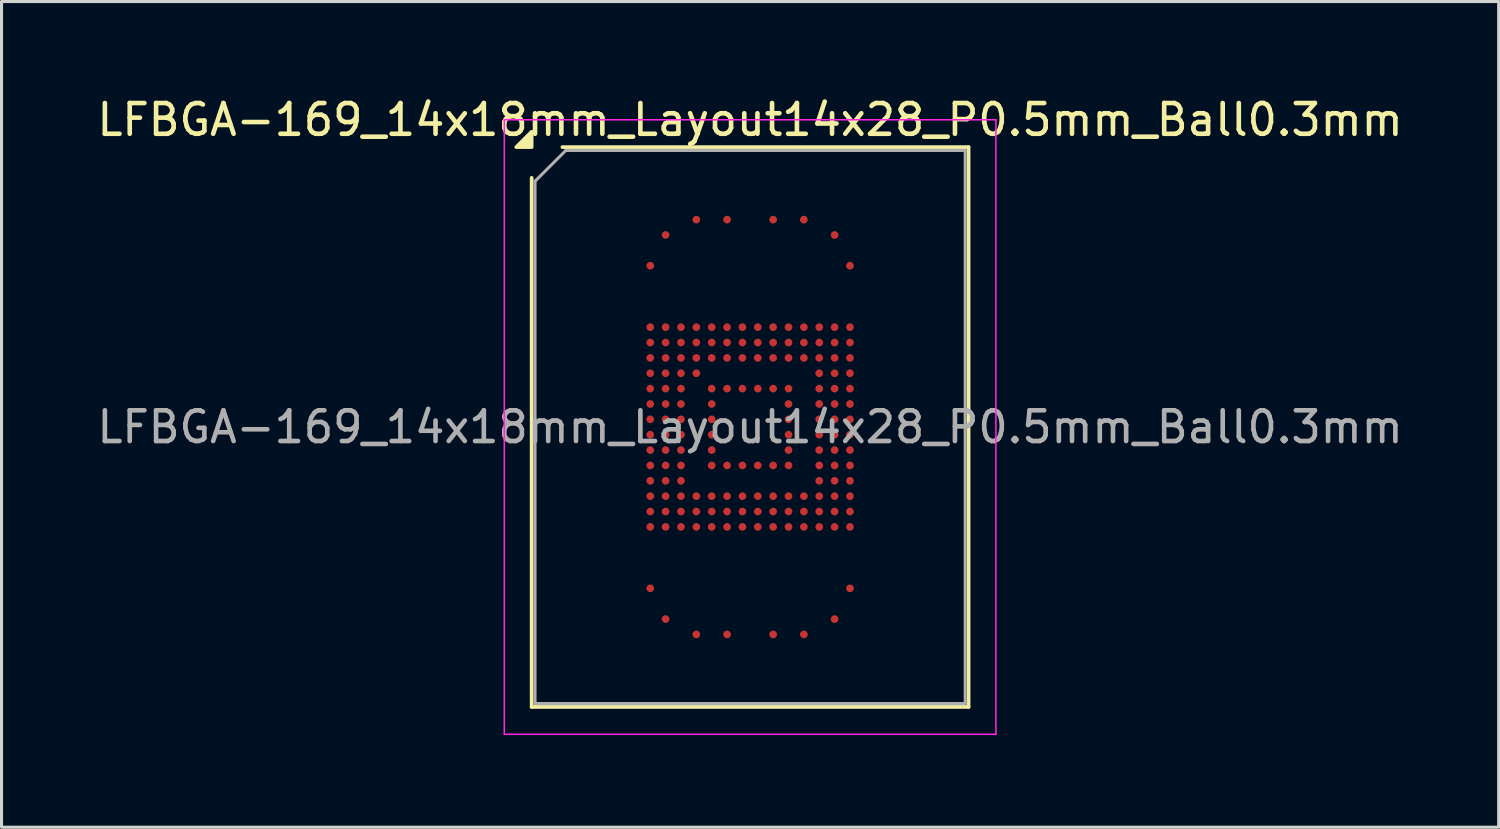
<source format=kicad_pcb>
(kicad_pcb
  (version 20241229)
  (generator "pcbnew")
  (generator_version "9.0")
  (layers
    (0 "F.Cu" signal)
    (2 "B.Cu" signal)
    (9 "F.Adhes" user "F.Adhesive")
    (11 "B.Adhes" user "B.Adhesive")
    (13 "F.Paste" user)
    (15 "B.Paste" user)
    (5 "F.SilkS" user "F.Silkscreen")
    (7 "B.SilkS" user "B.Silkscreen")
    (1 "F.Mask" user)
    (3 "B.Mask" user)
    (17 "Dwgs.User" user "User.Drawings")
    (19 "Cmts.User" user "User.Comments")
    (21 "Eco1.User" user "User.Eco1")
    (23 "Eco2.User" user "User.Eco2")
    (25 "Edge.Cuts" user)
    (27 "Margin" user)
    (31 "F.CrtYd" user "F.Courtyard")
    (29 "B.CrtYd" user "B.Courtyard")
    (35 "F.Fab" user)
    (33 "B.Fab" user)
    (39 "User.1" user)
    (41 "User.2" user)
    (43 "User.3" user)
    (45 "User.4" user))
  (footprint "LFBGA-169_14x18mm_Layout14x28_P0.5mm_Ball0.3mm"
    (layer "F.Cu")
    (at 21.363 10.848)
    (property "Reference" "LFBGA-169_14x18mm_Layout14x28_P0.5mm_Ball0.3mm" (at 0 -10 0) (layer "F.SilkS") (effects (font (size 1 1) (thickness 0.15))))
    (attr smd)
    (fp_line (start -7.11 9.11) (end -7.11 -8.11) (stroke (width 0.12) (type solid)) (layer "F.SilkS"))
    (fp_line (start -6.11 -9.11) (end 7.11 -9.11) (stroke (width 0.12) (type solid)) (layer "F.SilkS"))
    (fp_line (start 7.11 -9.11) (end 7.11 9.11) (stroke (width 0.12) (type solid)) (layer "F.SilkS"))
    (fp_line (start 7.11 9.11) (end -7.11 9.11) (stroke (width 0.12) (type solid)) (layer "F.SilkS"))
    (fp_poly (pts (xy -7.11 -9.11) (xy -7.61 -9.11) (xy -7.11 -9.61) (xy -7.11 -9.11)) (stroke (width 0.12) (type solid)) (fill yes) (layer "F.SilkS"))
    (fp_line (start -8 -10) (end -8 10) (stroke (width 0.05) (type solid)) (layer "F.CrtYd"))
    (fp_line (start -8 10) (end 8 10) (stroke (width 0.05) (type solid)) (layer "F.CrtYd"))
    (fp_line (start 8 -10) (end -8 -10) (stroke (width 0.05) (type solid)) (layer "F.CrtYd"))
    (fp_line (start 8 10) (end 8 -10) (stroke (width 0.05) (type solid)) (layer "F.CrtYd"))
    (fp_line (start -7 -8) (end -6 -9) (stroke (width 0.1) (type solid)) (layer "F.Fab"))
    (fp_line (start -7 9) (end -7 -8) (stroke (width 0.1) (type solid)) (layer "F.Fab"))
    (fp_line (start -6 -9) (end 7 -9) (stroke (width 0.1) (type solid)) (layer "F.Fab"))
    (fp_line (start 7 -9) (end 7 9) (stroke (width 0.1) (type solid)) (layer "F.Fab"))
    (fp_line (start 7 9) (end -7 9) (stroke (width 0.1) (type solid)) (layer "F.Fab"))
    (fp_text user "${REFERENCE}" (at 0 0 0) (layer "F.Fab") (effects (font (size 1 1) (thickness 0.15))))
    (pad "A4" smd circle (at -1.75 -6.75) (size 0.25 0.25) (property pad_prop_bga) (layers "F.Cu" "F.Mask" "F.Paste"))
    (pad "A6" smd circle (at -0.75 -6.75) (size 0.25 0.25) (property pad_prop_bga) (layers "F.Cu" "F.Mask" "F.Paste"))
    (pad "A9" smd circle (at 0.75 -6.75) (size 0.25 0.25) (property pad_prop_bga) (layers "F.Cu" "F.Mask" "F.Paste"))
    (pad "A11" smd circle (at 1.75 -6.75) (size 0.25 0.25) (property pad_prop_bga) (layers "F.Cu" "F.Mask" "F.Paste"))
    (pad "AA1" smd circle (at -3.25 3.25) (size 0.25 0.25) (property pad_prop_bga) (layers "F.Cu" "F.Mask" "F.Paste"))
    (pad "AA2" smd circle (at -2.75 3.25) (size 0.25 0.25) (property pad_prop_bga) (layers "F.Cu" "F.Mask" "F.Paste"))
    (pad "AA3" smd circle (at -2.25 3.25) (size 0.25 0.25) (property pad_prop_bga) (layers "F.Cu" "F.Mask" "F.Paste"))
    (pad "AA4" smd circle (at -1.75 3.25) (size 0.25 0.25) (property pad_prop_bga) (layers "F.Cu" "F.Mask" "F.Paste"))
    (pad "AA5" smd circle (at -1.25 3.25) (size 0.25 0.25) (property pad_prop_bga) (layers "F.Cu" "F.Mask" "F.Paste"))
    (pad "AA6" smd circle (at -0.75 3.25) (size 0.25 0.25) (property pad_prop_bga) (layers "F.Cu" "F.Mask" "F.Paste"))
    (pad "AA7" smd circle (at -0.25 3.25) (size 0.25 0.25) (property pad_prop_bga) (layers "F.Cu" "F.Mask" "F.Paste"))
    (pad "AA8" smd circle (at 0.25 3.25) (size 0.25 0.25) (property pad_prop_bga) (layers "F.Cu" "F.Mask" "F.Paste"))
    (pad "AA9" smd circle (at 0.75 3.25) (size 0.25 0.25) (property pad_prop_bga) (layers "F.Cu" "F.Mask" "F.Paste"))
    (pad "AA10" smd circle (at 1.25 3.25) (size 0.25 0.25) (property pad_prop_bga) (layers "F.Cu" "F.Mask" "F.Paste"))
    (pad "AA11" smd circle (at 1.75 3.25) (size 0.25 0.25) (property pad_prop_bga) (layers "F.Cu" "F.Mask" "F.Paste"))
    (pad "AA12" smd circle (at 2.25 3.25) (size 0.25 0.25) (property pad_prop_bga) (layers "F.Cu" "F.Mask" "F.Paste"))
    (pad "AA13" smd circle (at 2.75 3.25) (size 0.25 0.25) (property pad_prop_bga) (layers "F.Cu" "F.Mask" "F.Paste"))
    (pad "AA14" smd circle (at 3.25 3.25) (size 0.25 0.25) (property pad_prop_bga) (layers "F.Cu" "F.Mask" "F.Paste"))
    (pad "AE1" smd circle (at -3.25 5.25) (size 0.25 0.25) (property pad_prop_bga) (layers "F.Cu" "F.Mask" "F.Paste"))
    (pad "AE14" smd circle (at 3.25 5.25) (size 0.25 0.25) (property pad_prop_bga) (layers "F.Cu" "F.Mask" "F.Paste"))
    (pad "AG2" smd circle (at -2.75 6.25) (size 0.25 0.25) (property pad_prop_bga) (layers "F.Cu" "F.Mask" "F.Paste"))
    (pad "AG13" smd circle (at 2.75 6.25) (size 0.25 0.25) (property pad_prop_bga) (layers "F.Cu" "F.Mask" "F.Paste"))
    (pad "AH4" smd circle (at -1.75 6.75) (size 0.25 0.25) (property pad_prop_bga) (layers "F.Cu" "F.Mask" "F.Paste"))
    (pad "AH6" smd circle (at -0.75 6.75) (size 0.25 0.25) (property pad_prop_bga) (layers "F.Cu" "F.Mask" "F.Paste"))
    (pad "AH9" smd circle (at 0.75 6.75) (size 0.25 0.25) (property pad_prop_bga) (layers "F.Cu" "F.Mask" "F.Paste"))
    (pad "AH11" smd circle (at 1.75 6.75) (size 0.25 0.25) (property pad_prop_bga) (layers "F.Cu" "F.Mask" "F.Paste"))
    (pad "B2" smd circle (at -2.75 -6.25) (size 0.25 0.25) (property pad_prop_bga) (layers "F.Cu" "F.Mask" "F.Paste"))
    (pad "B13" smd circle (at 2.75 -6.25) (size 0.25 0.25) (property pad_prop_bga) (layers "F.Cu" "F.Mask" "F.Paste"))
    (pad "D1" smd circle (at -3.25 -5.25) (size 0.25 0.25) (property pad_prop_bga) (layers "F.Cu" "F.Mask" "F.Paste"))
    (pad "D14" smd circle (at 3.25 -5.25) (size 0.25 0.25) (property pad_prop_bga) (layers "F.Cu" "F.Mask" "F.Paste"))
    (pad "H1" smd circle (at -3.25 -3.25) (size 0.25 0.25) (property pad_prop_bga) (layers "F.Cu" "F.Mask" "F.Paste"))
    (pad "H2" smd circle (at -2.75 -3.25) (size 0.25 0.25) (property pad_prop_bga) (layers "F.Cu" "F.Mask" "F.Paste"))
    (pad "H3" smd circle (at -2.25 -3.25) (size 0.25 0.25) (property pad_prop_bga) (layers "F.Cu" "F.Mask" "F.Paste"))
    (pad "H4" smd circle (at -1.75 -3.25) (size 0.25 0.25) (property pad_prop_bga) (layers "F.Cu" "F.Mask" "F.Paste"))
    (pad "H5" smd circle (at -1.25 -3.25) (size 0.25 0.25) (property pad_prop_bga) (layers "F.Cu" "F.Mask" "F.Paste"))
    (pad "H6" smd circle (at -0.75 -3.25) (size 0.25 0.25) (property pad_prop_bga) (layers "F.Cu" "F.Mask" "F.Paste"))
    (pad "H7" smd circle (at -0.25 -3.25) (size 0.25 0.25) (property pad_prop_bga) (layers "F.Cu" "F.Mask" "F.Paste"))
    (pad "H8" smd circle (at 0.25 -3.25) (size 0.25 0.25) (property pad_prop_bga) (layers "F.Cu" "F.Mask" "F.Paste"))
    (pad "H9" smd circle (at 0.75 -3.25) (size 0.25 0.25) (property pad_prop_bga) (layers "F.Cu" "F.Mask" "F.Paste"))
    (pad "H10" smd circle (at 1.25 -3.25) (size 0.25 0.25) (property pad_prop_bga) (layers "F.Cu" "F.Mask" "F.Paste"))
    (pad "H11" smd circle (at 1.75 -3.25) (size 0.25 0.25) (property pad_prop_bga) (layers "F.Cu" "F.Mask" "F.Paste"))
    (pad "H12" smd circle (at 2.25 -3.25) (size 0.25 0.25) (property pad_prop_bga) (layers "F.Cu" "F.Mask" "F.Paste"))
    (pad "H13" smd circle (at 2.75 -3.25) (size 0.25 0.25) (property pad_prop_bga) (layers "F.Cu" "F.Mask" "F.Paste"))
    (pad "H14" smd circle (at 3.25 -3.25) (size 0.25 0.25) (property pad_prop_bga) (layers "F.Cu" "F.Mask" "F.Paste"))
    (pad "J1" smd circle (at -3.25 -2.75) (size 0.25 0.25) (property pad_prop_bga) (layers "F.Cu" "F.Mask" "F.Paste"))
    (pad "J2" smd circle (at -2.75 -2.75) (size 0.25 0.25) (property pad_prop_bga) (layers "F.Cu" "F.Mask" "F.Paste"))
    (pad "J3" smd circle (at -2.25 -2.75) (size 0.25 0.25) (property pad_prop_bga) (layers "F.Cu" "F.Mask" "F.Paste"))
    (pad "J4" smd circle (at -1.75 -2.75) (size 0.25 0.25) (property pad_prop_bga) (layers "F.Cu" "F.Mask" "F.Paste"))
    (pad "J5" smd circle (at -1.25 -2.75) (size 0.25 0.25) (property pad_prop_bga) (layers "F.Cu" "F.Mask" "F.Paste"))
    (pad "J6" smd circle (at -0.75 -2.75) (size 0.25 0.25) (property pad_prop_bga) (layers "F.Cu" "F.Mask" "F.Paste"))
    (pad "J7" smd circle (at -0.25 -2.75) (size 0.25 0.25) (property pad_prop_bga) (layers "F.Cu" "F.Mask" "F.Paste"))
    (pad "J8" smd circle (at 0.25 -2.75) (size 0.25 0.25) (property pad_prop_bga) (layers "F.Cu" "F.Mask" "F.Paste"))
    (pad "J9" smd circle (at 0.75 -2.75) (size 0.25 0.25) (property pad_prop_bga) (layers "F.Cu" "F.Mask" "F.Paste"))
    (pad "J10" smd circle (at 1.25 -2.75) (size 0.25 0.25) (property pad_prop_bga) (layers "F.Cu" "F.Mask" "F.Paste"))
    (pad "J11" smd circle (at 1.75 -2.75) (size 0.25 0.25) (property pad_prop_bga) (layers "F.Cu" "F.Mask" "F.Paste"))
    (pad "J12" smd circle (at 2.25 -2.75) (size 0.25 0.25) (property pad_prop_bga) (layers "F.Cu" "F.Mask" "F.Paste"))
    (pad "J13" smd circle (at 2.75 -2.75) (size 0.25 0.25) (property pad_prop_bga) (layers "F.Cu" "F.Mask" "F.Paste"))
    (pad "J14" smd circle (at 3.25 -2.75) (size 0.25 0.25) (property pad_prop_bga) (layers "F.Cu" "F.Mask" "F.Paste"))
    (pad "K1" smd circle (at -3.25 -2.25) (size 0.25 0.25) (property pad_prop_bga) (layers "F.Cu" "F.Mask" "F.Paste"))
    (pad "K2" smd circle (at -2.75 -2.25) (size 0.25 0.25) (property pad_prop_bga) (layers "F.Cu" "F.Mask" "F.Paste"))
    (pad "K3" smd circle (at -2.25 -2.25) (size 0.25 0.25) (property pad_prop_bga) (layers "F.Cu" "F.Mask" "F.Paste"))
    (pad "K4" smd circle (at -1.75 -2.25) (size 0.25 0.25) (property pad_prop_bga) (layers "F.Cu" "F.Mask" "F.Paste"))
    (pad "K5" smd circle (at -1.25 -2.25) (size 0.25 0.25) (property pad_prop_bga) (layers "F.Cu" "F.Mask" "F.Paste"))
    (pad "K6" smd circle (at -0.75 -2.25) (size 0.25 0.25) (property pad_prop_bga) (layers "F.Cu" "F.Mask" "F.Paste"))
    (pad "K7" smd circle (at -0.25 -2.25) (size 0.25 0.25) (property pad_prop_bga) (layers "F.Cu" "F.Mask" "F.Paste"))
    (pad "K8" smd circle (at 0.25 -2.25) (size 0.25 0.25) (property pad_prop_bga) (layers "F.Cu" "F.Mask" "F.Paste"))
    (pad "K9" smd circle (at 0.75 -2.25) (size 0.25 0.25) (property pad_prop_bga) (layers "F.Cu" "F.Mask" "F.Paste"))
    (pad "K10" smd circle (at 1.25 -2.25) (size 0.25 0.25) (property pad_prop_bga) (layers "F.Cu" "F.Mask" "F.Paste"))
    (pad "K11" smd circle (at 1.75 -2.25) (size 0.25 0.25) (property pad_prop_bga) (layers "F.Cu" "F.Mask" "F.Paste"))
    (pad "K12" smd circle (at 2.25 -2.25) (size 0.25 0.25) (property pad_prop_bga) (layers "F.Cu" "F.Mask" "F.Paste"))
    (pad "K13" smd circle (at 2.75 -2.25) (size 0.25 0.25) (property pad_prop_bga) (layers "F.Cu" "F.Mask" "F.Paste"))
    (pad "K14" smd circle (at 3.25 -2.25) (size 0.25 0.25) (property pad_prop_bga) (layers "F.Cu" "F.Mask" "F.Paste"))
    (pad "L1" smd circle (at -3.25 -1.75) (size 0.25 0.25) (property pad_prop_bga) (layers "F.Cu" "F.Mask" "F.Paste"))
    (pad "L2" smd circle (at -2.75 -1.75) (size 0.25 0.25) (property pad_prop_bga) (layers "F.Cu" "F.Mask" "F.Paste"))
    (pad "L3" smd circle (at -2.25 -1.75) (size 0.25 0.25) (property pad_prop_bga) (layers "F.Cu" "F.Mask" "F.Paste"))
    (pad "L4" smd circle (at -1.75 -1.75) (size 0.25 0.25) (property pad_prop_bga) (layers "F.Cu" "F.Mask" "F.Paste"))
    (pad "L12" smd circle (at 2.25 -1.75) (size 0.25 0.25) (property pad_prop_bga) (layers "F.Cu" "F.Mask" "F.Paste"))
    (pad "L13" smd circle (at 2.75 -1.75) (size 0.25 0.25) (property pad_prop_bga) (layers "F.Cu" "F.Mask" "F.Paste"))
    (pad "L14" smd circle (at 3.25 -1.75) (size 0.25 0.25) (property pad_prop_bga) (layers "F.Cu" "F.Mask" "F.Paste"))
    (pad "M1" smd circle (at -3.25 -1.25) (size 0.25 0.25) (property pad_prop_bga) (layers "F.Cu" "F.Mask" "F.Paste"))
    (pad "M2" smd circle (at -2.75 -1.25) (size 0.25 0.25) (property pad_prop_bga) (layers "F.Cu" "F.Mask" "F.Paste"))
    (pad "M3" smd circle (at -2.25 -1.25) (size 0.25 0.25) (property pad_prop_bga) (layers "F.Cu" "F.Mask" "F.Paste"))
    (pad "M5" smd circle (at -1.25 -1.25) (size 0.25 0.25) (property pad_prop_bga) (layers "F.Cu" "F.Mask" "F.Paste"))
    (pad "M6" smd circle (at -0.75 -1.25) (size 0.25 0.25) (property pad_prop_bga) (layers "F.Cu" "F.Mask" "F.Paste"))
    (pad "M7" smd circle (at -0.25 -1.25) (size 0.25 0.25) (property pad_prop_bga) (layers "F.Cu" "F.Mask" "F.Paste"))
    (pad "M8" smd circle (at 0.25 -1.25) (size 0.25 0.25) (property pad_prop_bga) (layers "F.Cu" "F.Mask" "F.Paste"))
    (pad "M9" smd circle (at 0.75 -1.25) (size 0.25 0.25) (property pad_prop_bga) (layers "F.Cu" "F.Mask" "F.Paste"))
    (pad "M10" smd circle (at 1.25 -1.25) (size 0.25 0.25) (property pad_prop_bga) (layers "F.Cu" "F.Mask" "F.Paste"))
    (pad "M12" smd circle (at 2.25 -1.25) (size 0.25 0.25) (property pad_prop_bga) (layers "F.Cu" "F.Mask" "F.Paste"))
    (pad "M13" smd circle (at 2.75 -1.25) (size 0.25 0.25) (property pad_prop_bga) (layers "F.Cu" "F.Mask" "F.Paste"))
    (pad "M14" smd circle (at 3.25 -1.25) (size 0.25 0.25) (property pad_prop_bga) (layers "F.Cu" "F.Mask" "F.Paste"))
    (pad "N1" smd circle (at -3.25 -0.75) (size 0.25 0.25) (property pad_prop_bga) (layers "F.Cu" "F.Mask" "F.Paste"))
    (pad "N2" smd circle (at -2.75 -0.75) (size 0.25 0.25) (property pad_prop_bga) (layers "F.Cu" "F.Mask" "F.Paste"))
    (pad "N3" smd circle (at -2.25 -0.75) (size 0.25 0.25) (property pad_prop_bga) (layers "F.Cu" "F.Mask" "F.Paste"))
    (pad "N5" smd circle (at -1.25 -0.75) (size 0.25 0.25) (property pad_prop_bga) (layers "F.Cu" "F.Mask" "F.Paste"))
    (pad "N10" smd circle (at 1.25 -0.75) (size 0.25 0.25) (property pad_prop_bga) (layers "F.Cu" "F.Mask" "F.Paste"))
    (pad "N12" smd circle (at 2.25 -0.75) (size 0.25 0.25) (property pad_prop_bga) (layers "F.Cu" "F.Mask" "F.Paste"))
    (pad "N13" smd circle (at 2.75 -0.75) (size 0.25 0.25) (property pad_prop_bga) (layers "F.Cu" "F.Mask" "F.Paste"))
    (pad "N14" smd circle (at 3.25 -0.75) (size 0.25 0.25) (property pad_prop_bga) (layers "F.Cu" "F.Mask" "F.Paste"))
    (pad "P1" smd circle (at -3.25 -0.25) (size 0.25 0.25) (property pad_prop_bga) (layers "F.Cu" "F.Mask" "F.Paste"))
    (pad "P2" smd circle (at -2.75 -0.25) (size 0.25 0.25) (property pad_prop_bga) (layers "F.Cu" "F.Mask" "F.Paste"))
    (pad "P3" smd circle (at -2.25 -0.25) (size 0.25 0.25) (property pad_prop_bga) (layers "F.Cu" "F.Mask" "F.Paste"))
    (pad "P5" smd circle (at -1.25 -0.25) (size 0.25 0.25) (property pad_prop_bga) (layers "F.Cu" "F.Mask" "F.Paste"))
    (pad "P10" smd circle (at 1.25 -0.25) (size 0.25 0.25) (property pad_prop_bga) (layers "F.Cu" "F.Mask" "F.Paste"))
    (pad "P12" smd circle (at 2.25 -0.25) (size 0.25 0.25) (property pad_prop_bga) (layers "F.Cu" "F.Mask" "F.Paste"))
    (pad "P13" smd circle (at 2.75 -0.25) (size 0.25 0.25) (property pad_prop_bga) (layers "F.Cu" "F.Mask" "F.Paste"))
    (pad "P14" smd circle (at 3.25 -0.25) (size 0.25 0.25) (property pad_prop_bga) (layers "F.Cu" "F.Mask" "F.Paste"))
    (pad "R1" smd circle (at -3.25 0.25) (size 0.25 0.25) (property pad_prop_bga) (layers "F.Cu" "F.Mask" "F.Paste"))
    (pad "R2" smd circle (at -2.75 0.25) (size 0.25 0.25) (property pad_prop_bga) (layers "F.Cu" "F.Mask" "F.Paste"))
    (pad "R3" smd circle (at -2.25 0.25) (size 0.25 0.25) (property pad_prop_bga) (layers "F.Cu" "F.Mask" "F.Paste"))
    (pad "R5" smd circle (at -1.25 0.25) (size 0.25 0.25) (property pad_prop_bga) (layers "F.Cu" "F.Mask" "F.Paste"))
    (pad "R10" smd circle (at 1.25 0.25) (size 0.25 0.25) (property pad_prop_bga) (layers "F.Cu" "F.Mask" "F.Paste"))
    (pad "R12" smd circle (at 2.25 0.25) (size 0.25 0.25) (property pad_prop_bga) (layers "F.Cu" "F.Mask" "F.Paste"))
    (pad "R13" smd circle (at 2.75 0.25) (size 0.25 0.25) (property pad_prop_bga) (layers "F.Cu" "F.Mask" "F.Paste"))
    (pad "R14" smd circle (at 3.25 0.25) (size 0.25 0.25) (property pad_prop_bga) (layers "F.Cu" "F.Mask" "F.Paste"))
    (pad "T1" smd circle (at -3.25 0.75) (size 0.25 0.25) (property pad_prop_bga) (layers "F.Cu" "F.Mask" "F.Paste"))
    (pad "T2" smd circle (at -2.75 0.75) (size 0.25 0.25) (property pad_prop_bga) (layers "F.Cu" "F.Mask" "F.Paste"))
    (pad "T3" smd circle (at -2.25 0.75) (size 0.25 0.25) (property pad_prop_bga) (layers "F.Cu" "F.Mask" "F.Paste"))
    (pad "T5" smd circle (at -1.25 0.75) (size 0.25 0.25) (property pad_prop_bga) (layers "F.Cu" "F.Mask" "F.Paste"))
    (pad "T10" smd circle (at 1.25 0.75) (size 0.25 0.25) (property pad_prop_bga) (layers "F.Cu" "F.Mask" "F.Paste"))
    (pad "T12" smd circle (at 2.25 0.75) (size 0.25 0.25) (property pad_prop_bga) (layers "F.Cu" "F.Mask" "F.Paste"))
    (pad "T13" smd circle (at 2.75 0.75) (size 0.25 0.25) (property pad_prop_bga) (layers "F.Cu" "F.Mask" "F.Paste"))
    (pad "T14" smd circle (at 3.25 0.75) (size 0.25 0.25) (property pad_prop_bga) (layers "F.Cu" "F.Mask" "F.Paste"))
    (pad "U1" smd circle (at -3.25 1.25) (size 0.25 0.25) (property pad_prop_bga) (layers "F.Cu" "F.Mask" "F.Paste"))
    (pad "U2" smd circle (at -2.75 1.25) (size 0.25 0.25) (property pad_prop_bga) (layers "F.Cu" "F.Mask" "F.Paste"))
    (pad "U3" smd circle (at -2.25 1.25) (size 0.25 0.25) (property pad_prop_bga) (layers "F.Cu" "F.Mask" "F.Paste"))
    (pad "U5" smd circle (at -1.25 1.25) (size 0.25 0.25) (property pad_prop_bga) (layers "F.Cu" "F.Mask" "F.Paste"))
    (pad "U6" smd circle (at -0.75 1.25) (size 0.25 0.25) (property pad_prop_bga) (layers "F.Cu" "F.Mask" "F.Paste"))
    (pad "U7" smd circle (at -0.25 1.25) (size 0.25 0.25) (property pad_prop_bga) (layers "F.Cu" "F.Mask" "F.Paste"))
    (pad "U8" smd circle (at 0.25 1.25) (size 0.25 0.25) (property pad_prop_bga) (layers "F.Cu" "F.Mask" "F.Paste"))
    (pad "U9" smd circle (at 0.75 1.25) (size 0.25 0.25) (property pad_prop_bga) (layers "F.Cu" "F.Mask" "F.Paste"))
    (pad "U10" smd circle (at 1.25 1.25) (size 0.25 0.25) (property pad_prop_bga) (layers "F.Cu" "F.Mask" "F.Paste"))
    (pad "U12" smd circle (at 2.25 1.25) (size 0.25 0.25) (property pad_prop_bga) (layers "F.Cu" "F.Mask" "F.Paste"))
    (pad "U13" smd circle (at 2.75 1.25) (size 0.25 0.25) (property pad_prop_bga) (layers "F.Cu" "F.Mask" "F.Paste"))
    (pad "U14" smd circle (at 3.25 1.25) (size 0.25 0.25) (property pad_prop_bga) (layers "F.Cu" "F.Mask" "F.Paste"))
    (pad "V1" smd circle (at -3.25 1.75) (size 0.25 0.25) (property pad_prop_bga) (layers "F.Cu" "F.Mask" "F.Paste"))
    (pad "V2" smd circle (at -2.75 1.75) (size 0.25 0.25) (property pad_prop_bga) (layers "F.Cu" "F.Mask" "F.Paste"))
    (pad "V3" smd circle (at -2.25 1.75) (size 0.25 0.25) (property pad_prop_bga) (layers "F.Cu" "F.Mask" "F.Paste"))
    (pad "V12" smd circle (at 2.25 1.75) (size 0.25 0.25) (property pad_prop_bga) (layers "F.Cu" "F.Mask" "F.Paste"))
    (pad "V13" smd circle (at 2.75 1.75) (size 0.25 0.25) (property pad_prop_bga) (layers "F.Cu" "F.Mask" "F.Paste"))
    (pad "V14" smd circle (at 3.25 1.75) (size 0.25 0.25) (property pad_prop_bga) (layers "F.Cu" "F.Mask" "F.Paste"))
    (pad "W1" smd circle (at -3.25 2.25) (size 0.25 0.25) (property pad_prop_bga) (layers "F.Cu" "F.Mask" "F.Paste"))
    (pad "W2" smd circle (at -2.75 2.25) (size 0.25 0.25) (property pad_prop_bga) (layers "F.Cu" "F.Mask" "F.Paste"))
    (pad "W3" smd circle (at -2.25 2.25) (size 0.25 0.25) (property pad_prop_bga) (layers "F.Cu" "F.Mask" "F.Paste"))
    (pad "W4" smd circle (at -1.75 2.25) (size 0.25 0.25) (property pad_prop_bga) (layers "F.Cu" "F.Mask" "F.Paste"))
    (pad "W5" smd circle (at -1.25 2.25) (size 0.25 0.25) (property pad_prop_bga) (layers "F.Cu" "F.Mask" "F.Paste"))
    (pad "W6" smd circle (at -0.75 2.25) (size 0.25 0.25) (property pad_prop_bga) (layers "F.Cu" "F.Mask" "F.Paste"))
    (pad "W7" smd circle (at -0.25 2.25) (size 0.25 0.25) (property pad_prop_bga) (layers "F.Cu" "F.Mask" "F.Paste"))
    (pad "W8" smd circle (at 0.25 2.25) (size 0.25 0.25) (property pad_prop_bga) (layers "F.Cu" "F.Mask" "F.Paste"))
    (pad "W9" smd circle (at 0.75 2.25) (size 0.25 0.25) (property pad_prop_bga) (layers "F.Cu" "F.Mask" "F.Paste"))
    (pad "W10" smd circle (at 1.25 2.25) (size 0.25 0.25) (property pad_prop_bga) (layers "F.Cu" "F.Mask" "F.Paste"))
    (pad "W11" smd circle (at 1.75 2.25) (size 0.25 0.25) (property pad_prop_bga) (layers "F.Cu" "F.Mask" "F.Paste"))
    (pad "W12" smd circle (at 2.25 2.25) (size 0.25 0.25) (property pad_prop_bga) (layers "F.Cu" "F.Mask" "F.Paste"))
    (pad "W13" smd circle (at 2.75 2.25) (size 0.25 0.25) (property pad_prop_bga) (layers "F.Cu" "F.Mask" "F.Paste"))
    (pad "W14" smd circle (at 3.25 2.25) (size 0.25 0.25) (property pad_prop_bga) (layers "F.Cu" "F.Mask" "F.Paste"))
    (pad "Y1" smd circle (at -3.25 2.75) (size 0.25 0.25) (property pad_prop_bga) (layers "F.Cu" "F.Mask" "F.Paste"))
    (pad "Y2" smd circle (at -2.75 2.75) (size 0.25 0.25) (property pad_prop_bga) (layers "F.Cu" "F.Mask" "F.Paste"))
    (pad "Y3" smd circle (at -2.25 2.75) (size 0.25 0.25) (property pad_prop_bga) (layers "F.Cu" "F.Mask" "F.Paste"))
    (pad "Y4" smd circle (at -1.75 2.75) (size 0.25 0.25) (property pad_prop_bga) (layers "F.Cu" "F.Mask" "F.Paste"))
    (pad "Y5" smd circle (at -1.25 2.75) (size 0.25 0.25) (property pad_prop_bga) (layers "F.Cu" "F.Mask" "F.Paste"))
    (pad "Y6" smd circle (at -0.75 2.75) (size 0.25 0.25) (property pad_prop_bga) (layers "F.Cu" "F.Mask" "F.Paste"))
    (pad "Y7" smd circle (at -0.25 2.75) (size 0.25 0.25) (property pad_prop_bga) (layers "F.Cu" "F.Mask" "F.Paste"))
    (pad "Y8" smd circle (at 0.25 2.75) (size 0.25 0.25) (property pad_prop_bga) (layers "F.Cu" "F.Mask" "F.Paste"))
    (pad "Y9" smd circle (at 0.75 2.75) (size 0.25 0.25) (property pad_prop_bga) (layers "F.Cu" "F.Mask" "F.Paste"))
    (pad "Y10" smd circle (at 1.25 2.75) (size 0.25 0.25) (property pad_prop_bga) (layers "F.Cu" "F.Mask" "F.Paste"))
    (pad "Y11" smd circle (at 1.75 2.75) (size 0.25 0.25) (property pad_prop_bga) (layers "F.Cu" "F.Mask" "F.Paste"))
    (pad "Y12" smd circle (at 2.25 2.75) (size 0.25 0.25) (property pad_prop_bga) (layers "F.Cu" "F.Mask" "F.Paste"))
    (pad "Y13" smd circle (at 2.75 2.75) (size 0.25 0.25) (property pad_prop_bga) (layers "F.Cu" "F.Mask" "F.Paste"))
    (pad "Y14" smd circle (at 3.25 2.75) (size 0.25 0.25) (property pad_prop_bga) (layers "F.Cu" "F.Mask" "F.Paste")))
  (gr_rect
    (start -3 -3)
    (end 45.726 23.873)
    (stroke (width 0.1) (type default))
    (fill no)
    (layer "Edge.Cuts")))
</source>
